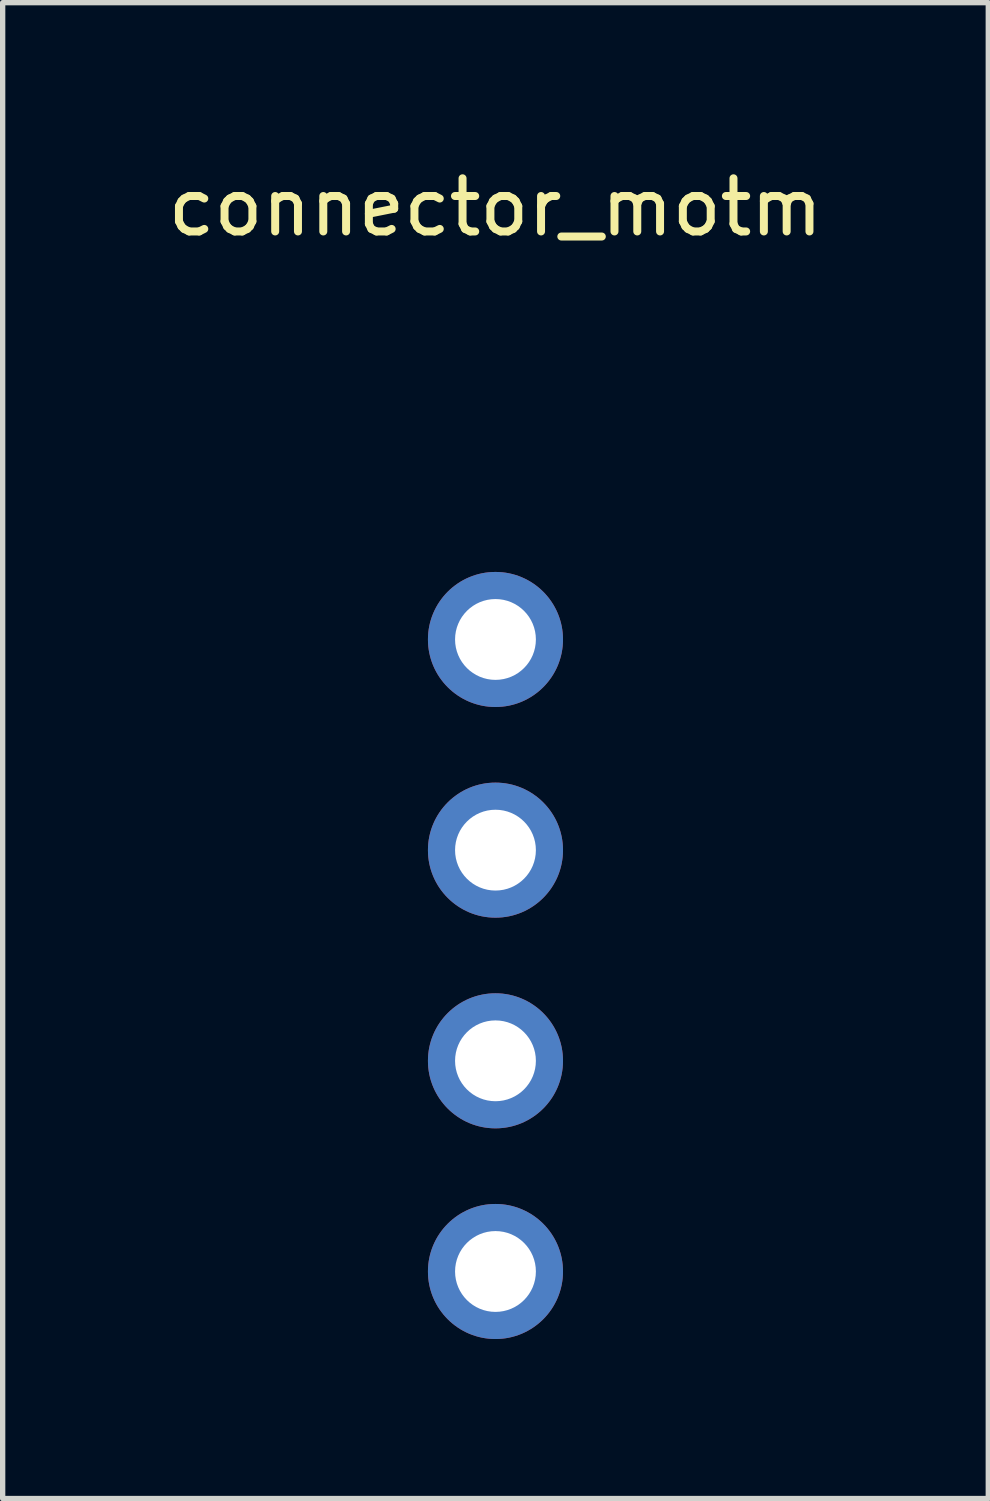
<source format=kicad_pcb>
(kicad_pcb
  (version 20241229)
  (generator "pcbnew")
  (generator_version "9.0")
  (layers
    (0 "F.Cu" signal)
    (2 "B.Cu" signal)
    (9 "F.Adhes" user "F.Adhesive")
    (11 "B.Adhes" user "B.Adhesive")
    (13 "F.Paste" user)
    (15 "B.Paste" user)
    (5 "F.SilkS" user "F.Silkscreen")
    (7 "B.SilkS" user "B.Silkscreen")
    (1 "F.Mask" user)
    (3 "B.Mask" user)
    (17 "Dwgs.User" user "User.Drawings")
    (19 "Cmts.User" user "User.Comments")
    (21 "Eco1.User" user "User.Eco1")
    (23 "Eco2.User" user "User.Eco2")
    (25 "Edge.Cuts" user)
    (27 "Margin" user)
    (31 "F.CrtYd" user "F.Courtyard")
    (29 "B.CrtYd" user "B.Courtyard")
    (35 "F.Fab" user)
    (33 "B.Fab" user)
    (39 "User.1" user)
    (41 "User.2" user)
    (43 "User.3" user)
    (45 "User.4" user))
  (footprint "connector_motm"
    (layer "F.Cu")
    (at 6.268 8.976)
    (property "Reference" "connector_motm" (at 0 -8.128 0) (unlocked yes) (layer "F.SilkS") (effects (font (size 1 1) (thickness 0.15))))
    (attr through_hole)
    (pad "1" thru_hole circle (at 0 0) (size 2.54 2.54) (drill 1.52) (layers "*.Cu" "*.Mask"))
    (pad "2" thru_hole circle (at 0 3.962) (size 2.54 2.54) (drill 1.52) (layers "*.Cu" "*.Mask"))
    (pad "3" thru_hole circle (at 0 7.924) (size 2.54 2.54) (drill 1.52) (layers "*.Cu" "*.Mask"))
    (pad "4" thru_hole circle (at 0 11.886) (size 2.54 2.54) (drill 1.52) (layers "*.Cu" "*.Mask")))
  (gr_rect
    (start -3 -3)
    (end 15.536 25.132)
    (stroke (width 0.1) (type default))
    (fill no)
    (layer "Edge.Cuts")))
</source>
